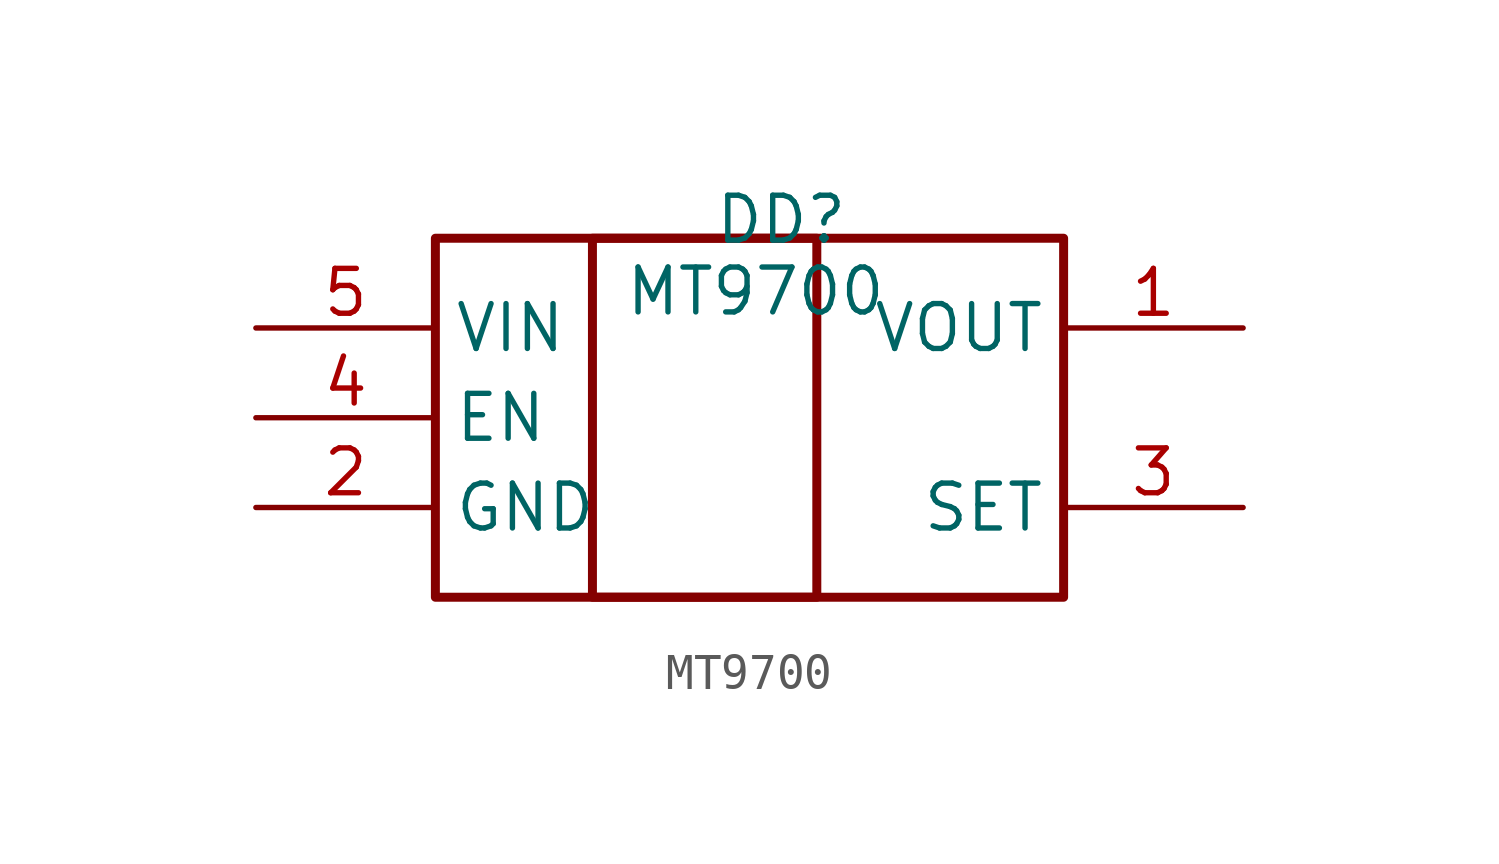
<source format=kicad_sym>
(kicad_symbol_lib
  (version 20241209)
  (generator "kicad_symbol_editor")
  (generator_version "9.0")
  (symbol "MT9700"
    (property "Reference" "DD"
      (at 12.954 3.81 0)
      (effects (font (size 1.27 1.27)) (justify left top)))
    (property "Value" "MT9700"
      (at 10.414 1.778 0)
      (effects (font (size 1.27 1.27)) (justify left top)))
    (symbol "MT9700_1_1"
      (rectangle (start 5.08 2.54) (end 22.86 -7.62) (stroke (width 0.254) (type default)) (fill (type none)))
      (rectangle (start 9.525 2.54) (end 15.875 -7.62) (stroke (width 0.254) (type default)) (fill (type none)))
      (pin passive line (at 0 0 0) (length 5.08) (name "VIN" (effects (font (size 1.27 1.27)))) (number "5" (effects (font (size 1.27 1.27)))))
      (pin passive line (at 0 -2.54 0) (length 5.08) (name "EN" (effects (font (size 1.27 1.27)))) (number "4" (effects (font (size 1.27 1.27)))))
      (pin passive line (at 0 -5.08 0) (length 5.08) (name "GND" (effects (font (size 1.27 1.27)))) (number "2" (effects (font (size 1.27 1.27)))))
      (pin passive line (at 27.94 0 180) (length 5.08) (name "VOUT" (effects (font (size 1.27 1.27)))) (number "1" (effects (font (size 1.27 1.27)))))
      (pin passive line (at 27.94 -5.08 180) (length 5.08) (name "SET" (effects (font (size 1.27 1.27)))) (number "3" (effects (font (size 1.27 1.27))))))))
</source>
